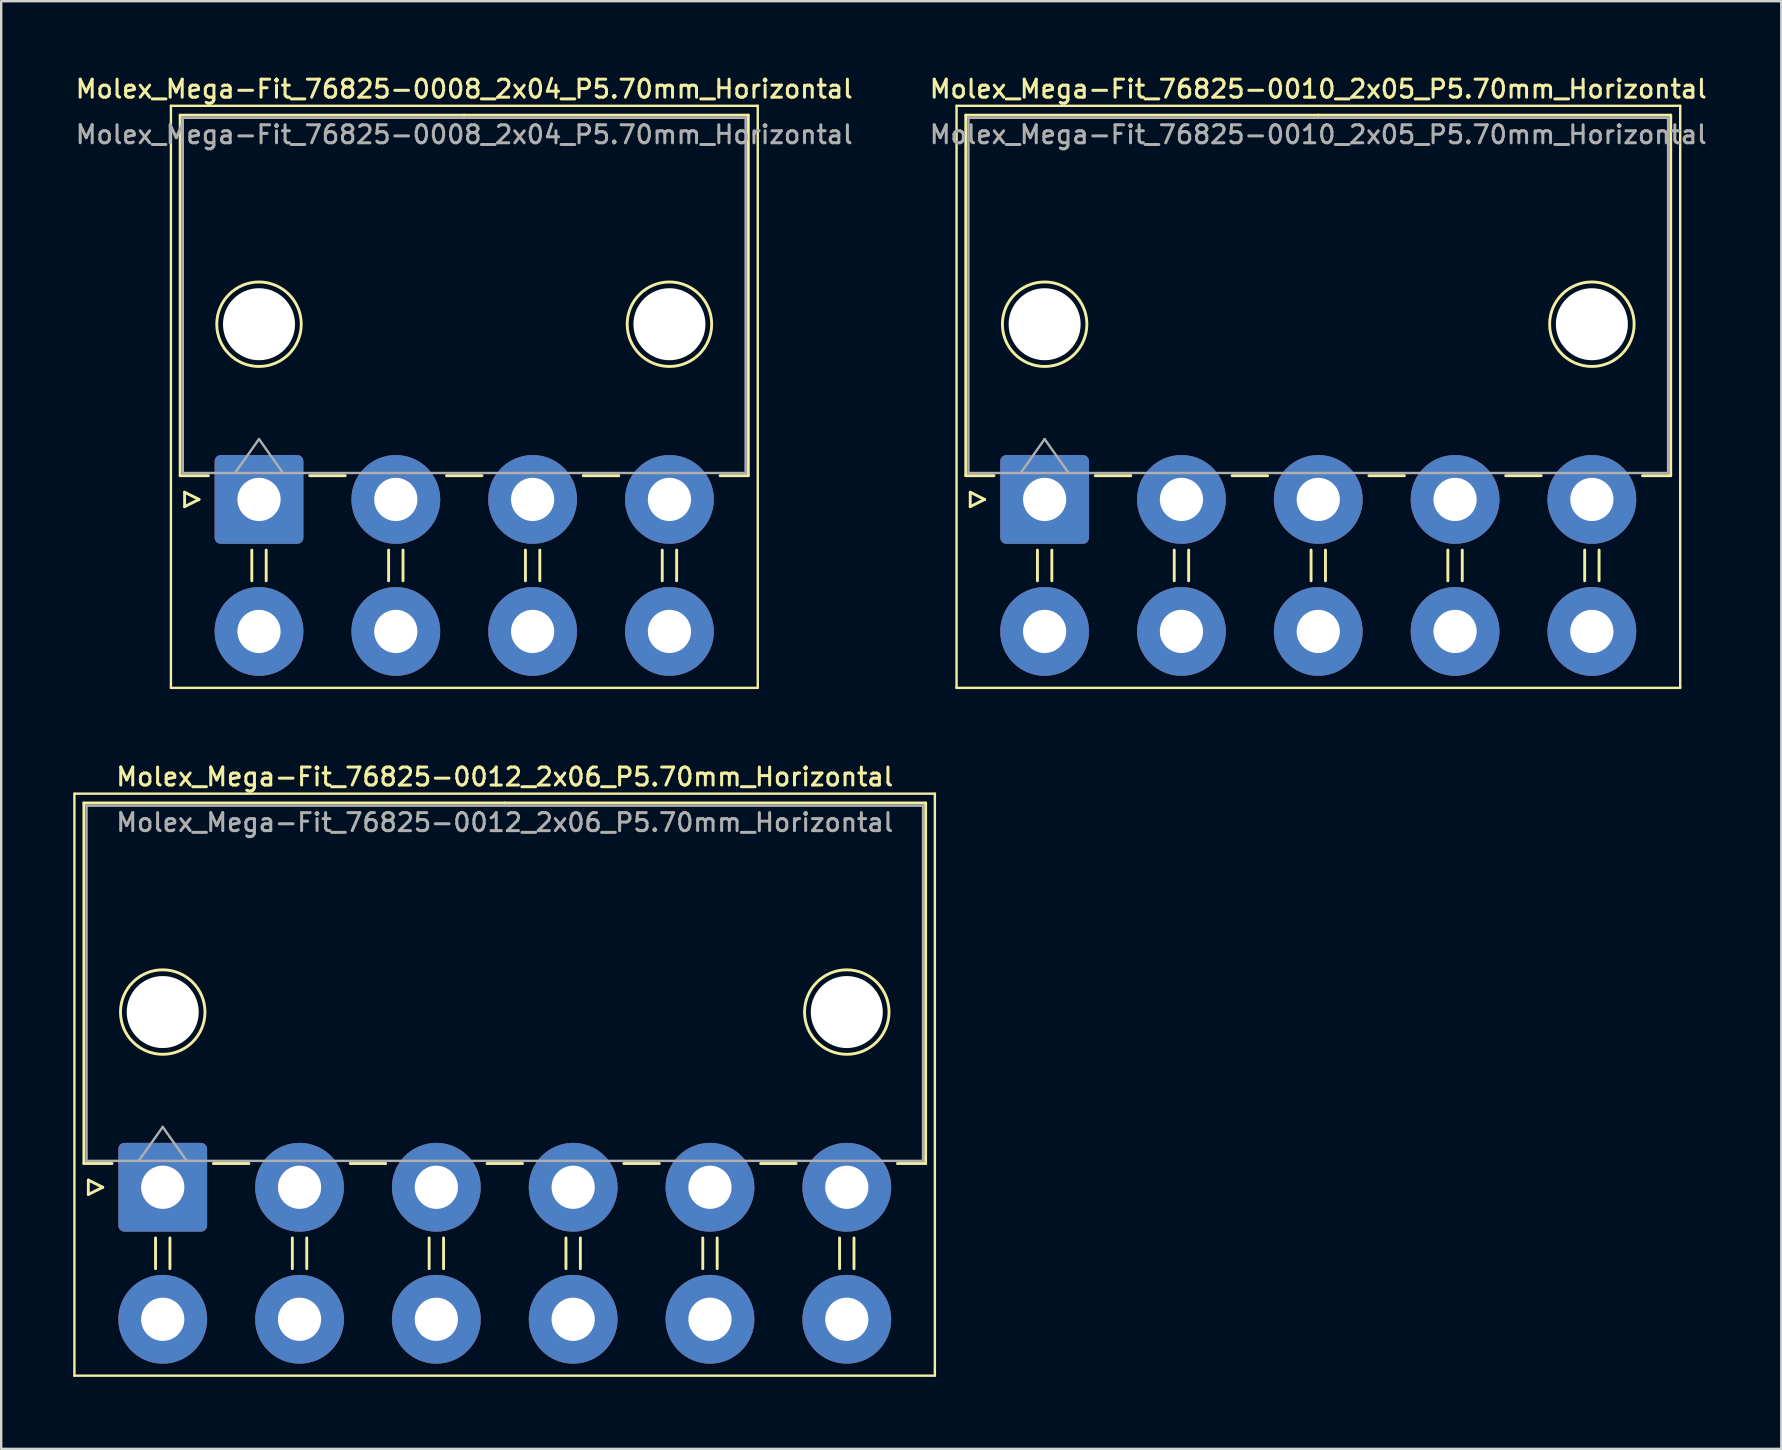
<source format=kicad_pcb>
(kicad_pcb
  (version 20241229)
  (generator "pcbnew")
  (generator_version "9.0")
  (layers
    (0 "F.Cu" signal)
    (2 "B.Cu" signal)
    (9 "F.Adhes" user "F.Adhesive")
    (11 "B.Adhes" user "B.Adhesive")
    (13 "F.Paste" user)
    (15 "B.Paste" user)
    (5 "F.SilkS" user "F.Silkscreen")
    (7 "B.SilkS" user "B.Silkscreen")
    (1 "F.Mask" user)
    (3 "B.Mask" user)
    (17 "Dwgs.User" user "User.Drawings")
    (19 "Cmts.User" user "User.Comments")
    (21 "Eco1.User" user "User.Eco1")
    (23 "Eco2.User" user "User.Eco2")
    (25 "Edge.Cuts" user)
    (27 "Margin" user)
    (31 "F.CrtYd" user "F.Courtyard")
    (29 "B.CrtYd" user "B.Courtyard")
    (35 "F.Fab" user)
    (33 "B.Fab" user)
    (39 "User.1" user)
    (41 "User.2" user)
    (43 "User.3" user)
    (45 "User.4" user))
  (footprint "Molex_Mega-Fit_76825-0010_2x05_P5.70mm_Horizontal"
    (layer "F.Cu")
    (at 40.473 17.758)
    (property "Reference" "Molex_Mega-Fit_76825-0010_2x05_P5.70mm_Horizontal" (at 11.4 -17.1 0) (layer "F.SilkS") (effects (font (size 0.75 0.75) (thickness 0.125))))
    (attr through_hole)
    (fp_line (start -3.67 -16.4) (end -3.67 7.85) (stroke (width 0.1) (type solid)) (layer "F.SilkS"))
    (fp_line (start -3.67 7.85) (end 26.48 7.85) (stroke (width 0.1) (type solid)) (layer "F.SilkS"))
    (fp_line (start -3.285 -16.01) (end -3.285 -0.99) (stroke (width 0.12) (type solid)) (layer "F.SilkS"))
    (fp_line (start -3.285 -0.99) (end -2.11 -0.99) (stroke (width 0.12) (type solid)) (layer "F.SilkS"))
    (fp_line (start -3.1 -0.3) (end -2.5 0) (stroke (width 0.12) (type solid)) (layer "F.SilkS"))
    (fp_line (start -3.1 0.3) (end -3.1 -0.3) (stroke (width 0.12) (type solid)) (layer "F.SilkS"))
    (fp_line (start -2.5 0) (end -3.1 0.3) (stroke (width 0.12) (type solid)) (layer "F.SilkS"))
    (fp_line (start -0.3 2.11) (end -0.3 3.39) (stroke (width 0.12) (type solid)) (layer "F.SilkS"))
    (fp_line (start 0.3 2.11) (end 0.3 3.39) (stroke (width 0.12) (type solid)) (layer "F.SilkS"))
    (fp_line (start 2.11 -0.99) (end 3.59 -0.99) (stroke (width 0.12) (type solid)) (layer "F.SilkS"))
    (fp_line (start 5.4 2.11) (end 5.4 3.39) (stroke (width 0.12) (type solid)) (layer "F.SilkS"))
    (fp_line (start 6 2.11) (end 6 3.39) (stroke (width 0.12) (type solid)) (layer "F.SilkS"))
    (fp_line (start 7.81 -0.99) (end 9.29 -0.99) (stroke (width 0.12) (type solid)) (layer "F.SilkS"))
    (fp_line (start 11.1 2.11) (end 11.1 3.39) (stroke (width 0.12) (type solid)) (layer "F.SilkS"))
    (fp_line (start 11.4 -16.01) (end -3.285 -16.01) (stroke (width 0.12) (type solid)) (layer "F.SilkS"))
    (fp_line (start 11.4 -16.01) (end 26.085 -16.01) (stroke (width 0.12) (type solid)) (layer "F.SilkS"))
    (fp_line (start 11.7 2.11) (end 11.7 3.39) (stroke (width 0.12) (type solid)) (layer "F.SilkS"))
    (fp_line (start 13.51 -0.99) (end 14.99 -0.99) (stroke (width 0.12) (type solid)) (layer "F.SilkS"))
    (fp_line (start 16.8 2.11) (end 16.8 3.39) (stroke (width 0.12) (type solid)) (layer "F.SilkS"))
    (fp_line (start 17.4 2.11) (end 17.4 3.39) (stroke (width 0.12) (type solid)) (layer "F.SilkS"))
    (fp_line (start 19.21 -0.99) (end 20.69 -0.99) (stroke (width 0.12) (type solid)) (layer "F.SilkS"))
    (fp_line (start 22.5 2.11) (end 22.5 3.39) (stroke (width 0.12) (type solid)) (layer "F.SilkS"))
    (fp_line (start 23.1 2.11) (end 23.1 3.39) (stroke (width 0.12) (type solid)) (layer "F.SilkS"))
    (fp_line (start 26.085 -16.01) (end 26.085 -0.99) (stroke (width 0.12) (type solid)) (layer "F.SilkS"))
    (fp_line (start 26.085 -0.99) (end 24.91 -0.99) (stroke (width 0.12) (type solid)) (layer "F.SilkS"))
    (fp_line (start 26.48 -16.4) (end -3.67 -16.4) (stroke (width 0.1) (type solid)) (layer "F.SilkS"))
    (fp_line (start 26.48 7.85) (end 26.48 -16.4) (stroke (width 0.1) (type solid)) (layer "F.SilkS"))
    (fp_circle (center 0 -7.3) (end 1.76 -7.3) (stroke (width 0.12) (type solid)) (fill no) (layer "F.SilkS"))
    (fp_circle (center 22.8 -7.3) (end 24.56 -7.3) (stroke (width 0.12) (type solid)) (fill no) (layer "F.SilkS"))
    (fp_line (start -3.175 -15.9) (end -3.175 -1.1) (stroke (width 0.1) (type solid)) (layer "F.Fab"))
    (fp_line (start -3.175 -1.1) (end 25.975 -1.1) (stroke (width 0.1) (type solid)) (layer "F.Fab"))
    (fp_line (start -1 -1.1) (end 0 -2.514) (stroke (width 0.1) (type solid)) (layer "F.Fab"))
    (fp_line (start 0 -2.514) (end 1 -1.1) (stroke (width 0.1) (type solid)) (layer "F.Fab"))
    (fp_line (start 25.975 -15.9) (end -3.175 -15.9) (stroke (width 0.1) (type solid)) (layer "F.Fab"))
    (fp_line (start 25.975 -1.1) (end 25.975 -15.9) (stroke (width 0.1) (type solid)) (layer "F.Fab"))
    (fp_text user "${REFERENCE}" (at 11.4 -15.2 0) (layer "F.Fab") (effects (font (size 0.75 0.75) (thickness 0.125))))
    (pad "" np_thru_hole circle (at 0 -7.3) (size 3 3) (drill 3) (layers "*.Cu" "*.Mask"))
    (pad "" np_thru_hole circle (at 22.8 -7.3) (size 3 3) (drill 3) (layers "*.Cu" "*.Mask"))
    (pad "1" thru_hole roundrect (at 0 0) (size 3.7 3.7) (drill 1.8) (layers "*.Cu" "*.Mask") (roundrect_rratio 0.068))
    (pad "2" thru_hole circle (at 5.7 0) (size 3.7 3.7) (drill 1.8) (layers "*.Cu" "*.Mask"))
    (pad "3" thru_hole circle (at 11.4 0) (size 3.7 3.7) (drill 1.8) (layers "*.Cu" "*.Mask"))
    (pad "4" thru_hole circle (at 17.1 0) (size 3.7 3.7) (drill 1.8) (layers "*.Cu" "*.Mask"))
    (pad "5" thru_hole circle (at 22.8 0) (size 3.7 3.7) (drill 1.8) (layers "*.Cu" "*.Mask"))
    (pad "6" thru_hole circle (at 0 5.5) (size 3.7 3.7) (drill 1.8) (layers "*.Cu" "*.Mask"))
    (pad "7" thru_hole circle (at 5.7 5.5) (size 3.7 3.7) (drill 1.8) (layers "*.Cu" "*.Mask"))
    (pad "8" thru_hole circle (at 11.4 5.5) (size 3.7 3.7) (drill 1.8) (layers "*.Cu" "*.Mask"))
    (pad "9" thru_hole circle (at 17.1 5.5) (size 3.7 3.7) (drill 1.8) (layers "*.Cu" "*.Mask"))
    (pad "10" thru_hole circle (at 22.8 5.5) (size 3.7 3.7) (drill 1.8) (layers "*.Cu" "*.Mask")))
  (footprint "Molex_Mega-Fit_76825-0012_2x06_P5.70mm_Horizontal"
    (layer "F.Cu")
    (at 3.73 46.416)
    (property "Reference" "Molex_Mega-Fit_76825-0012_2x06_P5.70mm_Horizontal" (at 14.25 -17.1 0) (layer "F.SilkS") (effects (font (size 0.75 0.75) (thickness 0.125))))
    (attr through_hole)
    (fp_line (start -3.68 -16.4) (end -3.68 7.85) (stroke (width 0.1) (type solid)) (layer "F.SilkS"))
    (fp_line (start -3.68 7.85) (end 32.17 7.85) (stroke (width 0.1) (type solid)) (layer "F.SilkS"))
    (fp_line (start -3.285 -16.01) (end -3.285 -0.99) (stroke (width 0.12) (type solid)) (layer "F.SilkS"))
    (fp_line (start -3.285 -0.99) (end -2.11 -0.99) (stroke (width 0.12) (type solid)) (layer "F.SilkS"))
    (fp_line (start -3.1 -0.3) (end -2.5 0) (stroke (width 0.12) (type solid)) (layer "F.SilkS"))
    (fp_line (start -3.1 0.3) (end -3.1 -0.3) (stroke (width 0.12) (type solid)) (layer "F.SilkS"))
    (fp_line (start -2.5 0) (end -3.1 0.3) (stroke (width 0.12) (type solid)) (layer "F.SilkS"))
    (fp_line (start -0.3 2.11) (end -0.3 3.39) (stroke (width 0.12) (type solid)) (layer "F.SilkS"))
    (fp_line (start 0.3 2.11) (end 0.3 3.39) (stroke (width 0.12) (type solid)) (layer "F.SilkS"))
    (fp_line (start 2.11 -0.99) (end 3.59 -0.99) (stroke (width 0.12) (type solid)) (layer "F.SilkS"))
    (fp_line (start 5.4 2.11) (end 5.4 3.39) (stroke (width 0.12) (type solid)) (layer "F.SilkS"))
    (fp_line (start 6 2.11) (end 6 3.39) (stroke (width 0.12) (type solid)) (layer "F.SilkS"))
    (fp_line (start 7.81 -0.99) (end 9.29 -0.99) (stroke (width 0.12) (type solid)) (layer "F.SilkS"))
    (fp_line (start 11.1 2.11) (end 11.1 3.39) (stroke (width 0.12) (type solid)) (layer "F.SilkS"))
    (fp_line (start 11.7 2.11) (end 11.7 3.39) (stroke (width 0.12) (type solid)) (layer "F.SilkS"))
    (fp_line (start 13.51 -0.99) (end 14.99 -0.99) (stroke (width 0.12) (type solid)) (layer "F.SilkS"))
    (fp_line (start 14.25 -16.01) (end -3.285 -16.01) (stroke (width 0.12) (type solid)) (layer "F.SilkS"))
    (fp_line (start 14.25 -16.01) (end 31.785 -16.01) (stroke (width 0.12) (type solid)) (layer "F.SilkS"))
    (fp_line (start 16.8 2.11) (end 16.8 3.39) (stroke (width 0.12) (type solid)) (layer "F.SilkS"))
    (fp_line (start 17.4 2.11) (end 17.4 3.39) (stroke (width 0.12) (type solid)) (layer "F.SilkS"))
    (fp_line (start 19.21 -0.99) (end 20.69 -0.99) (stroke (width 0.12) (type solid)) (layer "F.SilkS"))
    (fp_line (start 22.5 2.11) (end 22.5 3.39) (stroke (width 0.12) (type solid)) (layer "F.SilkS"))
    (fp_line (start 23.1 2.11) (end 23.1 3.39) (stroke (width 0.12) (type solid)) (layer "F.SilkS"))
    (fp_line (start 24.91 -0.99) (end 26.39 -0.99) (stroke (width 0.12) (type solid)) (layer "F.SilkS"))
    (fp_line (start 28.2 2.11) (end 28.2 3.39) (stroke (width 0.12) (type solid)) (layer "F.SilkS"))
    (fp_line (start 28.8 2.11) (end 28.8 3.39) (stroke (width 0.12) (type solid)) (layer "F.SilkS"))
    (fp_line (start 31.785 -16.01) (end 31.785 -0.99) (stroke (width 0.12) (type solid)) (layer "F.SilkS"))
    (fp_line (start 31.785 -0.99) (end 30.61 -0.99) (stroke (width 0.12) (type solid)) (layer "F.SilkS"))
    (fp_line (start 32.17 -16.4) (end -3.68 -16.4) (stroke (width 0.1) (type solid)) (layer "F.SilkS"))
    (fp_line (start 32.17 7.85) (end 32.17 -16.4) (stroke (width 0.1) (type solid)) (layer "F.SilkS"))
    (fp_circle (center 0 -7.3) (end 1.76 -7.3) (stroke (width 0.12) (type solid)) (fill no) (layer "F.SilkS"))
    (fp_circle (center 28.5 -7.3) (end 30.26 -7.3) (stroke (width 0.12) (type solid)) (fill no) (layer "F.SilkS"))
    (fp_line (start -3.175 -15.9) (end -3.175 -1.1) (stroke (width 0.1) (type solid)) (layer "F.Fab"))
    (fp_line (start -3.175 -1.1) (end 31.675 -1.1) (stroke (width 0.1) (type solid)) (layer "F.Fab"))
    (fp_line (start -1 -1.1) (end 0 -2.514) (stroke (width 0.1) (type solid)) (layer "F.Fab"))
    (fp_line (start 0 -2.514) (end 1 -1.1) (stroke (width 0.1) (type solid)) (layer "F.Fab"))
    (fp_line (start 31.675 -15.9) (end -3.175 -15.9) (stroke (width 0.1) (type solid)) (layer "F.Fab"))
    (fp_line (start 31.675 -1.1) (end 31.675 -15.9) (stroke (width 0.1) (type solid)) (layer "F.Fab"))
    (fp_text user "${REFERENCE}" (at 14.25 -15.2 0) (layer "F.Fab") (effects (font (size 0.75 0.75) (thickness 0.125))))
    (pad "" np_thru_hole circle (at 0 -7.3) (size 3 3) (drill 3) (layers "*.Cu" "*.Mask"))
    (pad "" np_thru_hole circle (at 28.5 -7.3) (size 3 3) (drill 3) (layers "*.Cu" "*.Mask"))
    (pad "1" thru_hole roundrect (at 0 0) (size 3.7 3.7) (drill 1.8) (layers "*.Cu" "*.Mask") (roundrect_rratio 0.068))
    (pad "2" thru_hole circle (at 5.7 0) (size 3.7 3.7) (drill 1.8) (layers "*.Cu" "*.Mask"))
    (pad "3" thru_hole circle (at 11.4 0) (size 3.7 3.7) (drill 1.8) (layers "*.Cu" "*.Mask"))
    (pad "4" thru_hole circle (at 17.1 0) (size 3.7 3.7) (drill 1.8) (layers "*.Cu" "*.Mask"))
    (pad "5" thru_hole circle (at 22.8 0) (size 3.7 3.7) (drill 1.8) (layers "*.Cu" "*.Mask"))
    (pad "6" thru_hole circle (at 28.5 0) (size 3.7 3.7) (drill 1.8) (layers "*.Cu" "*.Mask"))
    (pad "7" thru_hole circle (at 0 5.5) (size 3.7 3.7) (drill 1.8) (layers "*.Cu" "*.Mask"))
    (pad "8" thru_hole circle (at 5.7 5.5) (size 3.7 3.7) (drill 1.8) (layers "*.Cu" "*.Mask"))
    (pad "9" thru_hole circle (at 11.4 5.5) (size 3.7 3.7) (drill 1.8) (layers "*.Cu" "*.Mask"))
    (pad "10" thru_hole circle (at 17.1 5.5) (size 3.7 3.7) (drill 1.8) (layers "*.Cu" "*.Mask"))
    (pad "11" thru_hole circle (at 22.8 5.5) (size 3.7 3.7) (drill 1.8) (layers "*.Cu" "*.Mask"))
    (pad "12" thru_hole circle (at 28.5 5.5) (size 3.7 3.7) (drill 1.8) (layers "*.Cu" "*.Mask")))
  (footprint "Molex_Mega-Fit_76825-0008_2x04_P5.70mm_Horizontal"
    (layer "F.Cu")
    (at 7.741 17.758)
    (property "Reference" "Molex_Mega-Fit_76825-0008_2x04_P5.70mm_Horizontal" (at 8.55 -17.1 0) (layer "F.SilkS") (effects (font (size 0.75 0.75) (thickness 0.125))))
    (attr through_hole)
    (fp_line (start -3.67 -16.4) (end -3.67 7.85) (stroke (width 0.1) (type solid)) (layer "F.SilkS"))
    (fp_line (start -3.67 7.85) (end 20.78 7.85) (stroke (width 0.1) (type solid)) (layer "F.SilkS"))
    (fp_line (start -3.285 -16.01) (end -3.285 -0.99) (stroke (width 0.12) (type solid)) (layer "F.SilkS"))
    (fp_line (start -3.285 -0.99) (end -2.11 -0.99) (stroke (width 0.12) (type solid)) (layer "F.SilkS"))
    (fp_line (start -3.1 -0.3) (end -2.5 0) (stroke (width 0.12) (type solid)) (layer "F.SilkS"))
    (fp_line (start -3.1 0.3) (end -3.1 -0.3) (stroke (width 0.12) (type solid)) (layer "F.SilkS"))
    (fp_line (start -2.5 0) (end -3.1 0.3) (stroke (width 0.12) (type solid)) (layer "F.SilkS"))
    (fp_line (start -0.3 2.11) (end -0.3 3.39) (stroke (width 0.12) (type solid)) (layer "F.SilkS"))
    (fp_line (start 0.3 2.11) (end 0.3 3.39) (stroke (width 0.12) (type solid)) (layer "F.SilkS"))
    (fp_line (start 2.11 -0.99) (end 3.59 -0.99) (stroke (width 0.12) (type solid)) (layer "F.SilkS"))
    (fp_line (start 5.4 2.11) (end 5.4 3.39) (stroke (width 0.12) (type solid)) (layer "F.SilkS"))
    (fp_line (start 6 2.11) (end 6 3.39) (stroke (width 0.12) (type solid)) (layer "F.SilkS"))
    (fp_line (start 7.81 -0.99) (end 9.29 -0.99) (stroke (width 0.12) (type solid)) (layer "F.SilkS"))
    (fp_line (start 8.55 -16.01) (end -3.285 -16.01) (stroke (width 0.12) (type solid)) (layer "F.SilkS"))
    (fp_line (start 8.55 -16.01) (end 20.385 -16.01) (stroke (width 0.12) (type solid)) (layer "F.SilkS"))
    (fp_line (start 11.1 2.11) (end 11.1 3.39) (stroke (width 0.12) (type solid)) (layer "F.SilkS"))
    (fp_line (start 11.7 2.11) (end 11.7 3.39) (stroke (width 0.12) (type solid)) (layer "F.SilkS"))
    (fp_line (start 13.51 -0.99) (end 14.99 -0.99) (stroke (width 0.12) (type solid)) (layer "F.SilkS"))
    (fp_line (start 16.8 2.11) (end 16.8 3.39) (stroke (width 0.12) (type solid)) (layer "F.SilkS"))
    (fp_line (start 17.4 2.11) (end 17.4 3.39) (stroke (width 0.12) (type solid)) (layer "F.SilkS"))
    (fp_line (start 20.385 -16.01) (end 20.385 -0.99) (stroke (width 0.12) (type solid)) (layer "F.SilkS"))
    (fp_line (start 20.385 -0.99) (end 19.21 -0.99) (stroke (width 0.12) (type solid)) (layer "F.SilkS"))
    (fp_line (start 20.78 -16.4) (end -3.67 -16.4) (stroke (width 0.1) (type solid)) (layer "F.SilkS"))
    (fp_line (start 20.78 7.85) (end 20.78 -16.4) (stroke (width 0.1) (type solid)) (layer "F.SilkS"))
    (fp_circle (center 0 -7.3) (end 1.76 -7.3) (stroke (width 0.12) (type solid)) (fill no) (layer "F.SilkS"))
    (fp_circle (center 17.1 -7.3) (end 18.86 -7.3) (stroke (width 0.12) (type solid)) (fill no) (layer "F.SilkS"))
    (fp_line (start -3.175 -15.9) (end -3.175 -1.1) (stroke (width 0.1) (type solid)) (layer "F.Fab"))
    (fp_line (start -3.175 -1.1) (end 20.275 -1.1) (stroke (width 0.1) (type solid)) (layer "F.Fab"))
    (fp_line (start -1 -1.1) (end 0 -2.514) (stroke (width 0.1) (type solid)) (layer "F.Fab"))
    (fp_line (start 0 -2.514) (end 1 -1.1) (stroke (width 0.1) (type solid)) (layer "F.Fab"))
    (fp_line (start 20.275 -15.9) (end -3.175 -15.9) (stroke (width 0.1) (type solid)) (layer "F.Fab"))
    (fp_line (start 20.275 -1.1) (end 20.275 -15.9) (stroke (width 0.1) (type solid)) (layer "F.Fab"))
    (fp_text user "${REFERENCE}" (at 8.55 -15.2 0) (layer "F.Fab") (effects (font (size 0.75 0.75) (thickness 0.125))))
    (pad "" np_thru_hole circle (at 0 -7.3) (size 3 3) (drill 3) (layers "*.Cu" "*.Mask"))
    (pad "" np_thru_hole circle (at 17.1 -7.3) (size 3 3) (drill 3) (layers "*.Cu" "*.Mask"))
    (pad "1" thru_hole roundrect (at 0 0) (size 3.7 3.7) (drill 1.8) (layers "*.Cu" "*.Mask") (roundrect_rratio 0.068))
    (pad "2" thru_hole circle (at 5.7 0) (size 3.7 3.7) (drill 1.8) (layers "*.Cu" "*.Mask"))
    (pad "3" thru_hole circle (at 11.4 0) (size 3.7 3.7) (drill 1.8) (layers "*.Cu" "*.Mask"))
    (pad "4" thru_hole circle (at 17.1 0) (size 3.7 3.7) (drill 1.8) (layers "*.Cu" "*.Mask"))
    (pad "5" thru_hole circle (at 0 5.5) (size 3.7 3.7) (drill 1.8) (layers "*.Cu" "*.Mask"))
    (pad "6" thru_hole circle (at 5.7 5.5) (size 3.7 3.7) (drill 1.8) (layers "*.Cu" "*.Mask"))
    (pad "7" thru_hole circle (at 11.4 5.5) (size 3.7 3.7) (drill 1.8) (layers "*.Cu" "*.Mask"))
    (pad "8" thru_hole circle (at 17.1 5.5) (size 3.7 3.7) (drill 1.8) (layers "*.Cu" "*.Mask")))
  (gr_rect
    (start -3 -3)
    (end 71.164 57.316)
    (stroke (width 0.1) (type default))
    (fill no)
    (layer "Edge.Cuts")))
</source>
